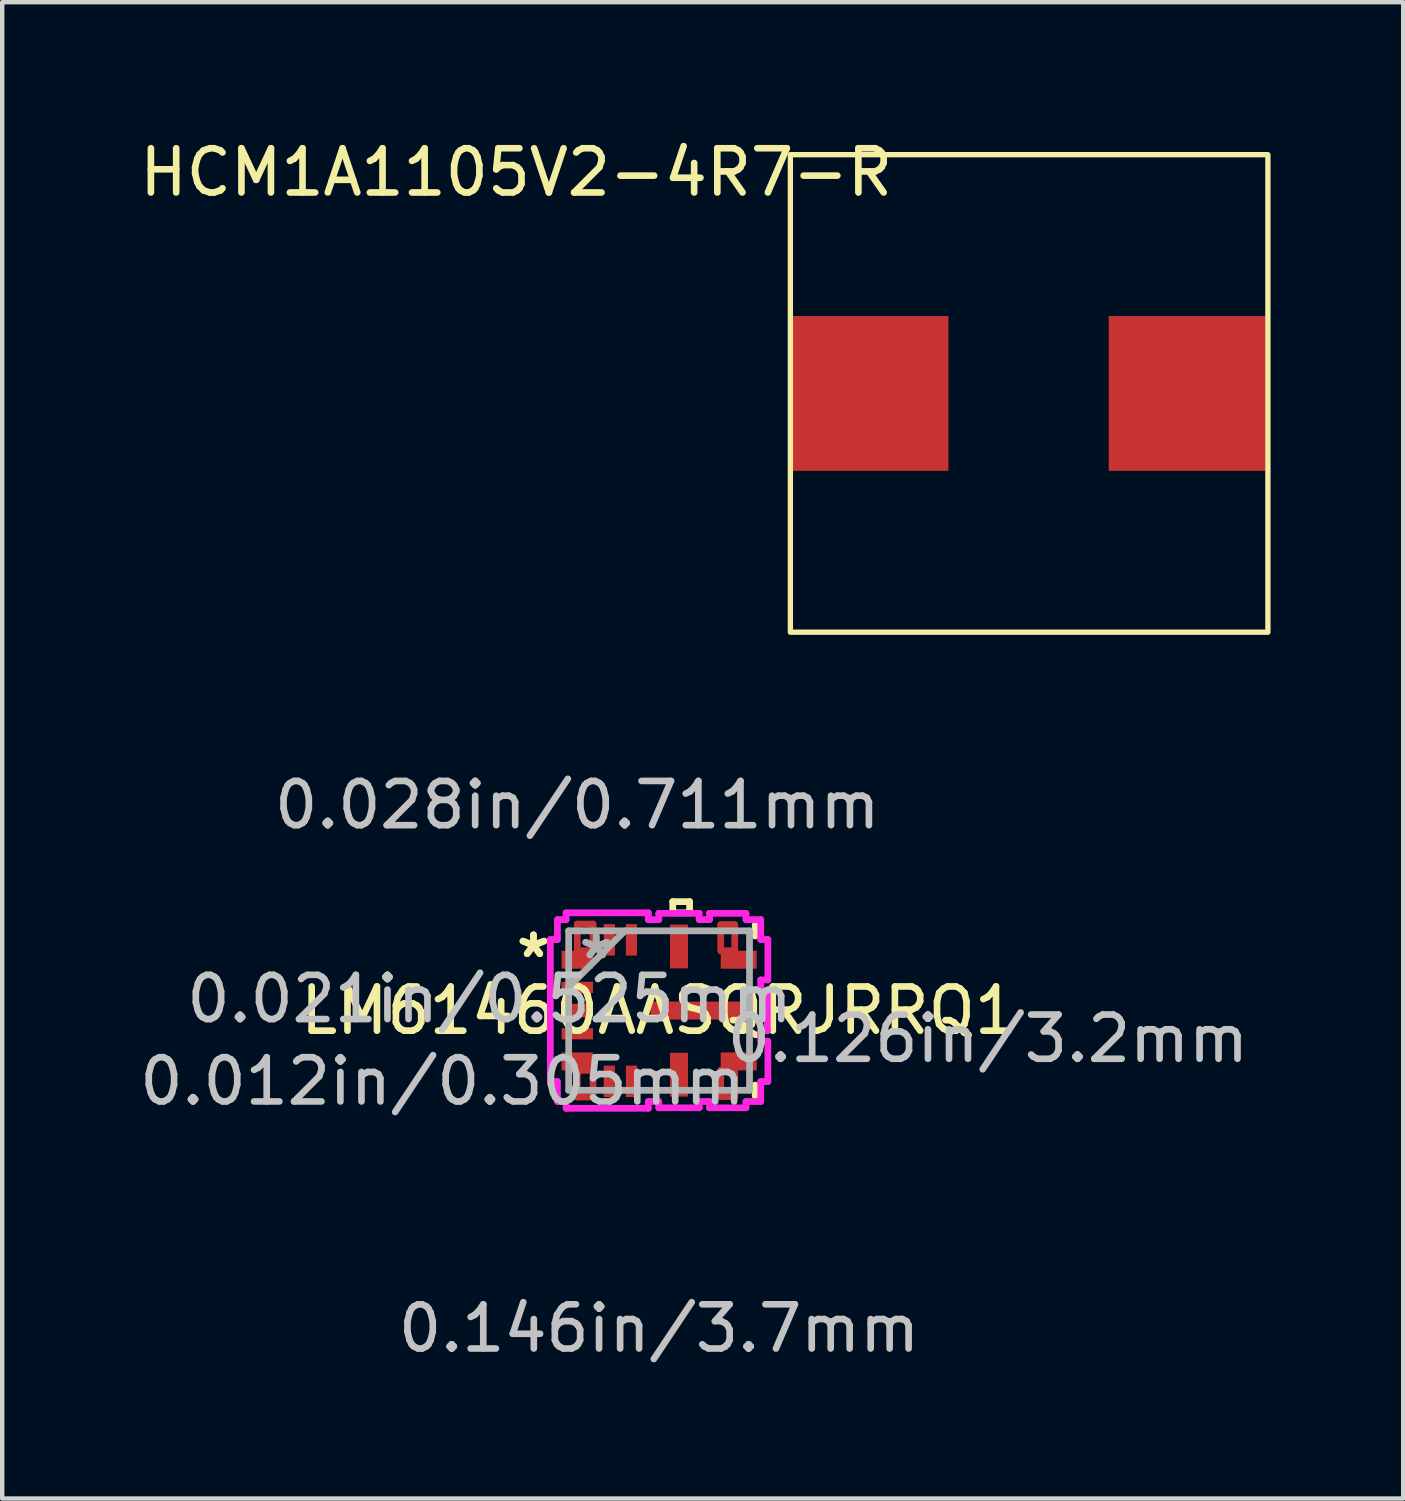
<source format=kicad_pcb>
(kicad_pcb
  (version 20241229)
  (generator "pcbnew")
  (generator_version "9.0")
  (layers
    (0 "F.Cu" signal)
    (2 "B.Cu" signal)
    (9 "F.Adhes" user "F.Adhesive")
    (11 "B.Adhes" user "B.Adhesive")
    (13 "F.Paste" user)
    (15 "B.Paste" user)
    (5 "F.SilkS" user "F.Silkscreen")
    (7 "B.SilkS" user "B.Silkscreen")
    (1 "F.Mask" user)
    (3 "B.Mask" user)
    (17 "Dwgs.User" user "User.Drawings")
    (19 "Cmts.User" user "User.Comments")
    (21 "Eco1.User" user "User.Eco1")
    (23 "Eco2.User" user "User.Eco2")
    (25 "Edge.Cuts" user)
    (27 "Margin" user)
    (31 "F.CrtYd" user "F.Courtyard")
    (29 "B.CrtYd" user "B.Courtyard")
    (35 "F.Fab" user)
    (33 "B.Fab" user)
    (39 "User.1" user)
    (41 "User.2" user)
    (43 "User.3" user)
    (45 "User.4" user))
  (footprint "LM61460AASQRJRRQ1"
    (layer "F.Cu")
    (at 11.856 19.805)
    (property "Reference" "LM61460AASQRJRRQ1" (at 0 0 0) (layer "F.SilkS") (effects (font (size 1 1) (thickness 0.15))))
    (attr through_hole)
    (fp_line (start -1.85 -1.956) (end -1.85 -1.353) (stroke (width 0.152) (type solid)) (layer "F.Cu"))
    (fp_line (start -1.85 -1.353) (end -1.494 -1.353) (stroke (width 0.152) (type solid)) (layer "F.Cu"))
    (fp_line (start -1.85 1.353) (end -1.494 1.353) (stroke (width 0.152) (type solid)) (layer "F.Cu"))
    (fp_line (start -1.85 1.956) (end -1.85 1.353) (stroke (width 0.152) (type solid)) (layer "F.Cu"))
    (fp_line (start -1.494 -1.956) (end -1.85 -1.956) (stroke (width 0.152) (type solid)) (layer "F.Cu"))
    (fp_line (start -1.494 -1.353) (end -1.494 -1.956) (stroke (width 0.152) (type solid)) (layer "F.Cu"))
    (fp_line (start -1.494 1.353) (end -1.494 1.956) (stroke (width 0.152) (type solid)) (layer "F.Cu"))
    (fp_line (start -1.494 1.956) (end -1.85 1.956) (stroke (width 0.152) (type solid)) (layer "F.Cu"))
    (fp_line (start 1.394 -1.945) (end 1.711 -1.945) (stroke (width 0.152) (type solid)) (layer "F.Cu"))
    (fp_line (start 1.394 -1.353) (end 1.394 -1.945) (stroke (width 0.152) (type solid)) (layer "F.Cu"))
    (fp_line (start 1.394 1.353) (end 1.394 1.945) (stroke (width 0.152) (type solid)) (layer "F.Cu"))
    (fp_line (start 1.394 1.945) (end 1.711 1.945) (stroke (width 0.152) (type solid)) (layer "F.Cu"))
    (fp_line (start 1.711 -1.945) (end 1.711 -1.353) (stroke (width 0.152) (type solid)) (layer "F.Cu"))
    (fp_line (start 1.711 -1.353) (end 1.394 -1.353) (stroke (width 0.152) (type solid)) (layer "F.Cu"))
    (fp_line (start 1.711 1.353) (end 1.394 1.353) (stroke (width 0.152) (type solid)) (layer "F.Cu"))
    (fp_line (start 1.711 1.945) (end 1.711 1.353) (stroke (width 0.152) (type solid)) (layer "F.Cu"))
    (fp_line (start -1.85 -1.956) (end -1.85 -1.353) (stroke (width 0.152) (type solid)) (layer "F.Mask"))
    (fp_line (start -1.85 -1.353) (end -1.494 -1.353) (stroke (width 0.152) (type solid)) (layer "F.Mask"))
    (fp_line (start -1.85 1.353) (end -1.494 1.353) (stroke (width 0.152) (type solid)) (layer "F.Mask"))
    (fp_line (start -1.85 1.956) (end -1.85 1.353) (stroke (width 0.152) (type solid)) (layer "F.Mask"))
    (fp_line (start -1.494 -1.956) (end -1.85 -1.956) (stroke (width 0.152) (type solid)) (layer "F.Mask"))
    (fp_line (start -1.494 -1.353) (end -1.494 -1.956) (stroke (width 0.152) (type solid)) (layer "F.Mask"))
    (fp_line (start -1.494 1.353) (end -1.494 1.956) (stroke (width 0.152) (type solid)) (layer "F.Mask"))
    (fp_line (start -1.494 1.956) (end -1.85 1.956) (stroke (width 0.152) (type solid)) (layer "F.Mask"))
    (fp_line (start 1.394 -1.945) (end 1.711 -1.945) (stroke (width 0.152) (type solid)) (layer "F.Mask"))
    (fp_line (start 1.394 -1.353) (end 1.394 -1.945) (stroke (width 0.152) (type solid)) (layer "F.Mask"))
    (fp_line (start 1.394 1.353) (end 1.394 1.945) (stroke (width 0.152) (type solid)) (layer "F.Mask"))
    (fp_line (start 1.394 1.945) (end 1.711 1.945) (stroke (width 0.152) (type solid)) (layer "F.Mask"))
    (fp_line (start 1.711 -1.945) (end 1.711 -1.353) (stroke (width 0.152) (type solid)) (layer "F.Mask"))
    (fp_line (start 1.711 -1.353) (end 1.394 -1.353) (stroke (width 0.152) (type solid)) (layer "F.Mask"))
    (fp_line (start 1.711 1.353) (end 1.394 1.353) (stroke (width 0.152) (type solid)) (layer "F.Mask"))
    (fp_line (start 1.711 1.945) (end 1.711 1.353) (stroke (width 0.152) (type solid)) (layer "F.Mask"))
    (fp_line (start 0.309 -2.464) (end 0.69 -2.464) (stroke (width 0.152) (type solid)) (layer "F.SilkS"))
    (fp_line (start 0.309 -2.21) (end 0.309 -2.464) (stroke (width 0.152) (type solid)) (layer "F.SilkS"))
    (fp_line (start 0.69 -2.464) (end 0.69 -2.21) (stroke (width 0.152) (type solid)) (layer "F.SilkS"))
    (fp_line (start 0.69 -2.21) (end 0.309 -2.21) (stroke (width 0.152) (type solid)) (layer "F.SilkS"))
    (fp_line (start 2.172 -1.93) (end 2.172 -1.686) (stroke (width 0.152) (type solid)) (layer "F.SilkS"))
    (fp_line (start 2.172 1.686) (end 2.172 1.93) (stroke (width 0.152) (type solid)) (layer "F.SilkS"))
    (fp_line (start -1.85 -1.956) (end -1.85 -1.353) (stroke (width 0.152) (type solid)) (layer "F.Paste"))
    (fp_line (start -1.85 -1.353) (end -1.494 -1.353) (stroke (width 0.152) (type solid)) (layer "F.Paste"))
    (fp_line (start -1.85 1.353) (end -1.494 1.353) (stroke (width 0.152) (type solid)) (layer "F.Paste"))
    (fp_line (start -1.85 1.956) (end -1.85 1.353) (stroke (width 0.152) (type solid)) (layer "F.Paste"))
    (fp_line (start -1.494 -1.956) (end -1.85 -1.956) (stroke (width 0.152) (type solid)) (layer "F.Paste"))
    (fp_line (start -1.494 -1.353) (end -1.494 -1.956) (stroke (width 0.152) (type solid)) (layer "F.Paste"))
    (fp_line (start -1.494 1.353) (end -1.494 1.956) (stroke (width 0.152) (type solid)) (layer "F.Paste"))
    (fp_line (start -1.494 1.956) (end -1.85 1.956) (stroke (width 0.152) (type solid)) (layer "F.Paste"))
    (fp_line (start 1.394 -1.945) (end 1.711 -1.945) (stroke (width 0.152) (type solid)) (layer "F.Paste"))
    (fp_line (start 1.394 -1.353) (end 1.394 -1.945) (stroke (width 0.152) (type solid)) (layer "F.Paste"))
    (fp_line (start 1.394 1.353) (end 1.394 1.945) (stroke (width 0.152) (type solid)) (layer "F.Paste"))
    (fp_line (start 1.394 1.945) (end 1.711 1.945) (stroke (width 0.152) (type solid)) (layer "F.Paste"))
    (fp_line (start 1.711 -1.945) (end 1.711 -1.353) (stroke (width 0.152) (type solid)) (layer "F.Paste"))
    (fp_line (start 1.711 -1.353) (end 1.394 -1.353) (stroke (width 0.152) (type solid)) (layer "F.Paste"))
    (fp_line (start 1.711 1.353) (end 1.394 1.353) (stroke (width 0.152) (type solid)) (layer "F.Paste"))
    (fp_line (start 1.711 1.945) (end 1.711 1.353) (stroke (width 0.152) (type solid)) (layer "F.Paste"))
    (fp_line (start -2.46 -1.607) (end -2.46 1.607) (stroke (width 0.152) (type solid)) (layer "F.CrtYd"))
    (fp_line (start -2.46 1.607) (end -2.299 1.607) (stroke (width 0.152) (type solid)) (layer "F.CrtYd"))
    (fp_line (start -2.299 -2.057) (end -2.299 -1.607) (stroke (width 0.152) (type solid)) (layer "F.CrtYd"))
    (fp_line (start -2.299 -1.607) (end -2.46 -1.607) (stroke (width 0.152) (type solid)) (layer "F.CrtYd"))
    (fp_line (start -2.299 1.607) (end -2.299 2.057) (stroke (width 0.152) (type solid)) (layer "F.CrtYd"))
    (fp_line (start -2.299 2.057) (end -2.104 2.057) (stroke (width 0.152) (type solid)) (layer "F.CrtYd"))
    (fp_line (start -2.104 -2.21) (end -2.104 -2.057) (stroke (width 0.152) (type solid)) (layer "F.CrtYd"))
    (fp_line (start -2.104 -2.057) (end -2.299 -2.057) (stroke (width 0.152) (type solid)) (layer "F.CrtYd"))
    (fp_line (start -2.104 2.057) (end -2.104 2.21) (stroke (width 0.152) (type solid)) (layer "F.CrtYd"))
    (fp_line (start -2.104 2.21) (end -0.244 2.21) (stroke (width 0.152) (type solid)) (layer "F.CrtYd"))
    (fp_line (start -0.244 -2.21) (end -2.104 -2.21) (stroke (width 0.152) (type solid)) (layer "F.CrtYd"))
    (fp_line (start -0.244 -2.057) (end -0.244 -2.21) (stroke (width 0.152) (type solid)) (layer "F.CrtYd"))
    (fp_line (start -0.244 2.057) (end -0.007 2.057) (stroke (width 0.152) (type solid)) (layer "F.CrtYd"))
    (fp_line (start -0.244 2.21) (end -0.244 2.057) (stroke (width 0.152) (type solid)) (layer "F.CrtYd"))
    (fp_line (start -0.007 -2.199) (end -0.007 -2.057) (stroke (width 0.152) (type solid)) (layer "F.CrtYd"))
    (fp_line (start -0.007 -2.057) (end -0.244 -2.057) (stroke (width 0.152) (type solid)) (layer "F.CrtYd"))
    (fp_line (start -0.007 2.057) (end -0.007 2.199) (stroke (width 0.152) (type solid)) (layer "F.CrtYd"))
    (fp_line (start -0.007 2.199) (end 0.907 2.199) (stroke (width 0.152) (type solid)) (layer "F.CrtYd"))
    (fp_line (start 0.907 -2.199) (end -0.007 -2.199) (stroke (width 0.152) (type solid)) (layer "F.CrtYd"))
    (fp_line (start 0.907 -2.057) (end 0.907 -2.199) (stroke (width 0.152) (type solid)) (layer "F.CrtYd"))
    (fp_line (start 0.907 2.057) (end 1.14 2.057) (stroke (width 0.152) (type solid)) (layer "F.CrtYd"))
    (fp_line (start 0.907 2.199) (end 0.907 2.057) (stroke (width 0.152) (type solid)) (layer "F.CrtYd"))
    (fp_line (start 1.14 -2.199) (end 1.14 -2.057) (stroke (width 0.152) (type solid)) (layer "F.CrtYd"))
    (fp_line (start 1.14 -2.057) (end 0.907 -2.057) (stroke (width 0.152) (type solid)) (layer "F.CrtYd"))
    (fp_line (start 1.14 2.057) (end 1.14 2.199) (stroke (width 0.152) (type solid)) (layer "F.CrtYd"))
    (fp_line (start 1.14 2.199) (end 1.965 2.199) (stroke (width 0.152) (type solid)) (layer "F.CrtYd"))
    (fp_line (start 1.965 -2.199) (end 1.14 -2.199) (stroke (width 0.152) (type solid)) (layer "F.CrtYd"))
    (fp_line (start 1.965 -2.057) (end 1.965 -2.199) (stroke (width 0.152) (type solid)) (layer "F.CrtYd"))
    (fp_line (start 1.965 2.057) (end 2.299 2.057) (stroke (width 0.152) (type solid)) (layer "F.CrtYd"))
    (fp_line (start 1.965 2.199) (end 1.965 2.057) (stroke (width 0.152) (type solid)) (layer "F.CrtYd"))
    (fp_line (start 2.299 -2.057) (end 1.965 -2.057) (stroke (width 0.152) (type solid)) (layer "F.CrtYd"))
    (fp_line (start 2.299 -1.607) (end 2.299 -2.057) (stroke (width 0.152) (type solid)) (layer "F.CrtYd"))
    (fp_line (start 2.299 -0.693) (end 2.46 -0.693) (stroke (width 0.152) (type solid)) (layer "F.CrtYd"))
    (fp_line (start 2.299 -0.457) (end 2.299 -0.693) (stroke (width 0.152) (type solid)) (layer "F.CrtYd"))
    (fp_line (start 2.299 0.457) (end 2.448 0.457) (stroke (width 0.152) (type solid)) (layer "F.CrtYd"))
    (fp_line (start 2.299 0.693) (end 2.299 0.457) (stroke (width 0.152) (type solid)) (layer "F.CrtYd"))
    (fp_line (start 2.299 1.607) (end 2.46 1.607) (stroke (width 0.152) (type solid)) (layer "F.CrtYd"))
    (fp_line (start 2.299 2.057) (end 2.299 1.607) (stroke (width 0.152) (type solid)) (layer "F.CrtYd"))
    (fp_line (start 2.448 -0.457) (end 2.299 -0.457) (stroke (width 0.152) (type solid)) (layer "F.CrtYd"))
    (fp_line (start 2.448 0.457) (end 2.448 -0.457) (stroke (width 0.152) (type solid)) (layer "F.CrtYd"))
    (fp_line (start 2.46 -1.607) (end 2.299 -1.607) (stroke (width 0.152) (type solid)) (layer "F.CrtYd"))
    (fp_line (start 2.46 -0.693) (end 2.46 -1.607) (stroke (width 0.152) (type solid)) (layer "F.CrtYd"))
    (fp_line (start 2.46 0.693) (end 2.299 0.693) (stroke (width 0.152) (type solid)) (layer "F.CrtYd"))
    (fp_line (start 2.46 1.607) (end 2.46 0.693) (stroke (width 0.152) (type solid)) (layer "F.CrtYd"))
    (fp_line (start -2.045 -1.803) (end -2.045 1.803) (stroke (width 0.152) (type solid)) (layer "F.Fab"))
    (fp_line (start -2.045 -0.533) (end -0.775 -1.803) (stroke (width 0.152) (type solid)) (layer "F.Fab"))
    (fp_line (start -2.045 1.803) (end 2.045 1.803) (stroke (width 0.152) (type solid)) (layer "F.Fab"))
    (fp_line (start 2.045 -1.803) (end -2.045 -1.803) (stroke (width 0.152) (type solid)) (layer "F.Fab"))
    (fp_line (start 2.045 1.803) (end 2.045 -1.803) (stroke (width 0.152) (type solid)) (layer "F.Fab"))
    (fp_text user "*" (at -2.841 -1.169 0) (layer "F.SilkS") (effects (font (size 1 1) (thickness 0.15))))
    (fp_text user "*" (at -2.841 -1.169 0) (layer "F.SilkS") (effects (font (size 1 1) (thickness 0.15))))
    (fp_text user "0.028in/0.711mm" (at -1.85 -4.648 0) (layer "Dwgs.User") (effects (font (size 1 1) (thickness 0.15))))
    (fp_text user "0.021in/0.525mm" (at -3.834 -0.263 0) (layer "Dwgs.User") (effects (font (size 1 1) (thickness 0.15))))
    (fp_text user "0.146in/3.7mm" (at 0 7.188 0) (layer "Dwgs.User") (effects (font (size 1 1) (thickness 0.15))))
    (fp_text user "0.126in/3.2mm" (at 7.438 0.635 0) (layer "Dwgs.User") (effects (font (size 1 1) (thickness 0.15))))
    (fp_text user "0.012in/0.305mm" (at -4.898 1.6 0) (layer "Dwgs.User") (effects (font (size 1 1) (thickness 0.15))))
    (fp_text user "Copyright 2016 Accelerated Designs. All rights reserved." (at 0 0 0) (layer "Cmts.User") (effects (font (size 0.127 0.127) (thickness 0.002))))
    (fp_text user "*" (at -1.422 -1.143 0) (layer "F.Fab") (effects (font (size 1 1) (thickness 0.15))))
    (fp_text user "*" (at -1.422 -1.143 0) (layer "F.Fab") (effects (font (size 1 1) (thickness 0.15))))
    (pad "1" smd rect (at -1.85 -1.15 90) (size 0.406 0.711) (layers "F.Cu" "F.Mask" "F.Paste"))
    (pad "2" smd rect (at -1.85 -0.525 90) (size 0.254 0.711) (layers "F.Cu" "F.Mask" "F.Paste"))
    (pad "3" smd rect (at -1.85 0 90) (size 0.305 0.711) (layers "F.Cu" "F.Mask" "F.Paste"))
    (pad "4" smd rect (at -1.85 0.525 90) (size 0.254 0.711) (layers "F.Cu" "F.Mask" "F.Paste"))
    (pad "5" smd rect (at -1.85 1.15 90) (size 0.406 0.711) (layers "F.Cu" "F.Mask" "F.Paste"))
    (pad "6" smd rect (at -1.125 1.6) (size 0.254 0.711) (layers "F.Cu" "F.Mask" "F.Paste"))
    (pad "7" smd rect (at -0.625 1.6) (size 0.254 0.711) (layers "F.Cu" "F.Mask" "F.Paste"))
    (pad "8" smd rect (at 0.45 1.45) (size 0.406 0.991) (layers "F.Cu" "F.Mask" "F.Paste"))
    (pad "9" smd rect (at 1.8 1.15 90) (size 0.406 0.813) (layers "F.Cu" "F.Mask" "F.Paste"))
    (pad "10" smd rect (at 1 0 90) (size 0.406 2.388) (layers "F.Cu" "F.Mask" "F.Paste"))
    (pad "11" smd rect (at 1.8 -1.15 90) (size 0.406 0.813) (layers "F.Cu" "F.Mask" "F.Paste"))
    (pad "12" smd rect (at 0.45 -1.45) (size 0.406 0.991) (layers "F.Cu" "F.Mask" "F.Paste"))
    (pad "13" smd rect (at -0.625 -1.6) (size 0.254 0.711) (layers "F.Cu" "F.Mask" "F.Paste"))
    (pad "14" smd rect (at -1.125 -1.6) (size 0.254 0.711) (layers "F.Cu" "F.Mask" "F.Paste")))
  (footprint "HCM1A1105V2-4R7-R"
    (layer "F.Cu")
    (at 16.625 5.848)
    (property "Reference" "HCM1A1105V2-4R7-R" (at -8 -5 0) (unlocked yes) (layer "F.SilkS") (effects (font (size 1 1) (thickness 0.15))))
    (attr through_hole)
    (fp_rect (start -1.8 -5.4) (end 9 5.4) (stroke (width 0.12) (type solid)) (fill no) (layer "F.SilkS"))
    (pad "1" smd rect (at 0 0) (size 3.55 3.5) (layers "F.Cu" "F.Mask" "F.Paste"))
    (pad "2" smd rect (at 7.175 0) (size 3.55 3.5) (layers "F.Cu" "F.Mask" "F.Paste")))
  (gr_rect
    (start -3 -3)
    (end 28.685 30.841)
    (stroke (width 0.1) (type default))
    (fill no)
    (layer "Edge.Cuts")))
</source>
